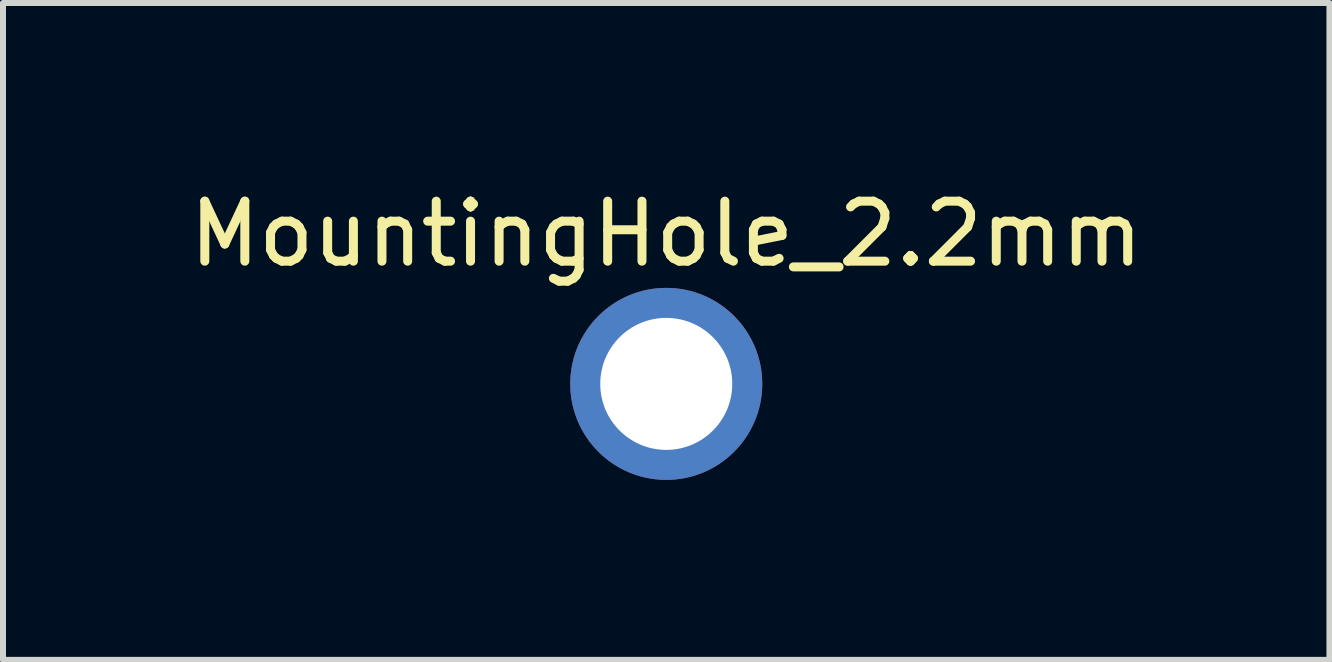
<source format=kicad_pcb>
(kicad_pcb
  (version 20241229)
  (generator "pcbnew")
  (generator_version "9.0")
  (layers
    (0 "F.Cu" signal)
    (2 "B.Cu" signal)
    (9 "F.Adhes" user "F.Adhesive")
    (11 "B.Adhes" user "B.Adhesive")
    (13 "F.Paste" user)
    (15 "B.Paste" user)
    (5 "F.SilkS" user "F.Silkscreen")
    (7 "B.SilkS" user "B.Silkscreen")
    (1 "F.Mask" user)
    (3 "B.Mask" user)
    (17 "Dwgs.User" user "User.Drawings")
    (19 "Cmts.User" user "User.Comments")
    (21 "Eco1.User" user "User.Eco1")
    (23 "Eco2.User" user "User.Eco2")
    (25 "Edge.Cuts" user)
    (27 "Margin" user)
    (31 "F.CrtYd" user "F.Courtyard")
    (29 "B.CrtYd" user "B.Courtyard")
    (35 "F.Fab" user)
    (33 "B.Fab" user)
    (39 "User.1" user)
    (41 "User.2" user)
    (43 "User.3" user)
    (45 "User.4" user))
  (footprint "MountingHole_2.2mm"
    (layer "F.Cu")
    (at 8.054 3.348)
    (property "Reference" "MountingHole_2.2mm" (at 0 -2.5 0) (layer "F.SilkS") (effects (font (size 1 1) (thickness 0.15))))
    (attr through_hole)
    (pad "" thru_hole circle (at 0 0) (size 3.2 3.2) (drill 2.2) (layers "*.Cu" "*.Mask")))
  (gr_rect
    (start -3 -3)
    (end 19.107 7.948)
    (stroke (width 0.1) (type default))
    (fill no)
    (layer "Edge.Cuts")))
</source>
